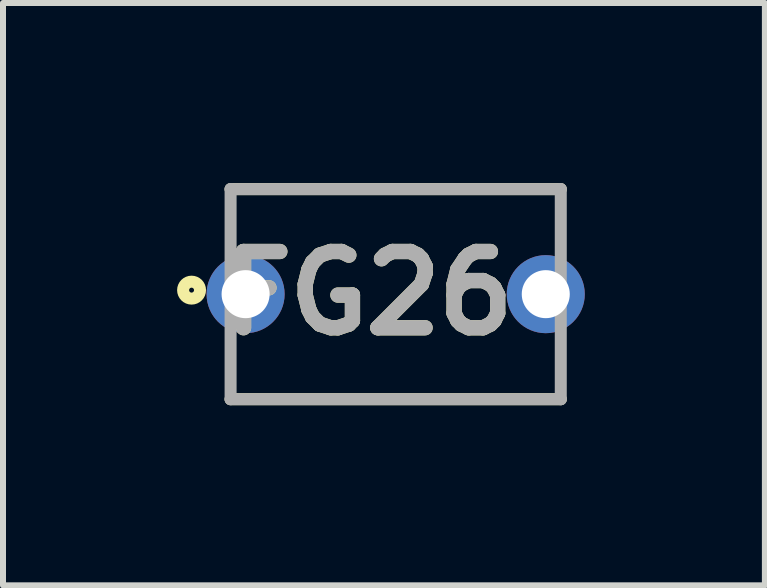
<source format=kicad_pcb>
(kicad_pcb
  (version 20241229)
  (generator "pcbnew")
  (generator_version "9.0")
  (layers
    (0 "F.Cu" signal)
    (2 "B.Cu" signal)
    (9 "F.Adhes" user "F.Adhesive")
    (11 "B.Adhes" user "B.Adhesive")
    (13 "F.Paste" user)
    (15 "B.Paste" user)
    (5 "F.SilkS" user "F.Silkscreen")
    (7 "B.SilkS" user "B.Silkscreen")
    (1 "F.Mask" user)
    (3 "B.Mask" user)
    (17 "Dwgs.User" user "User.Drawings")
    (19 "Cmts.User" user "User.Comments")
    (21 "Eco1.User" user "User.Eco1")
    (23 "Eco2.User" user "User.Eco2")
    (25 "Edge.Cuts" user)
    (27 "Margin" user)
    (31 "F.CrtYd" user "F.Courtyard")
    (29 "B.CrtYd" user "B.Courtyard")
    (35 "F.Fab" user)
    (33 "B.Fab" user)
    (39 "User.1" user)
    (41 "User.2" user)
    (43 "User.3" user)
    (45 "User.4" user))
  (footprint "FG26"
    (layer "F.Cu")
    (at 3.541 1.85)
    (property "Reference" "FG26" (at -0.448 -0.015 0) (layer "F.SilkS") (effects (font (size 1.27 1.27) (thickness 0.254))))
    (attr through_hole)
    (fp_line (start -2.75 -1.75) (end 2.75 -1.75) (stroke (width 0.2) (type solid)) (layer "F.SilkS"))
    (fp_line (start 2.75 1.75) (end -2.75 1.75) (stroke (width 0.2) (type solid)) (layer "F.SilkS"))
    (fp_circle (center -3.4 -0.067) (end -3.4 -0.026) (stroke (width 0.2) (type solid)) (fill no) (layer "F.SilkS"))
    (fp_line (start -2.75 -1.75) (end 2.75 -1.75) (stroke (width 0.2) (type solid)) (layer "F.Fab"))
    (fp_line (start -2.75 1.75) (end -2.75 -1.75) (stroke (width 0.2) (type solid)) (layer "F.Fab"))
    (fp_line (start 2.75 -1.75) (end 2.75 1.75) (stroke (width 0.2) (type solid)) (layer "F.Fab"))
    (fp_line (start 2.75 1.75) (end -2.75 1.75) (stroke (width 0.2) (type solid)) (layer "F.Fab"))
    (fp_text user "${REFERENCE}" (at -0.448 -0.015 0) (layer "F.Fab") (effects (font (size 1.27 1.27) (thickness 0.254))))
    (pad "1" thru_hole circle (at -2.5 0) (size 1.3 1.3) (drill 0.8) (layers "*.Cu" "*.Mask"))
    (pad "2" thru_hole circle (at 2.5 0) (size 1.3 1.3) (drill 0.8) (layers "*.Cu" "*.Mask")))
  (gr_rect
    (start -3 -3)
    (end 9.691 6.7)
    (stroke (width 0.1) (type default))
    (fill no)
    (layer "Edge.Cuts")))
</source>
